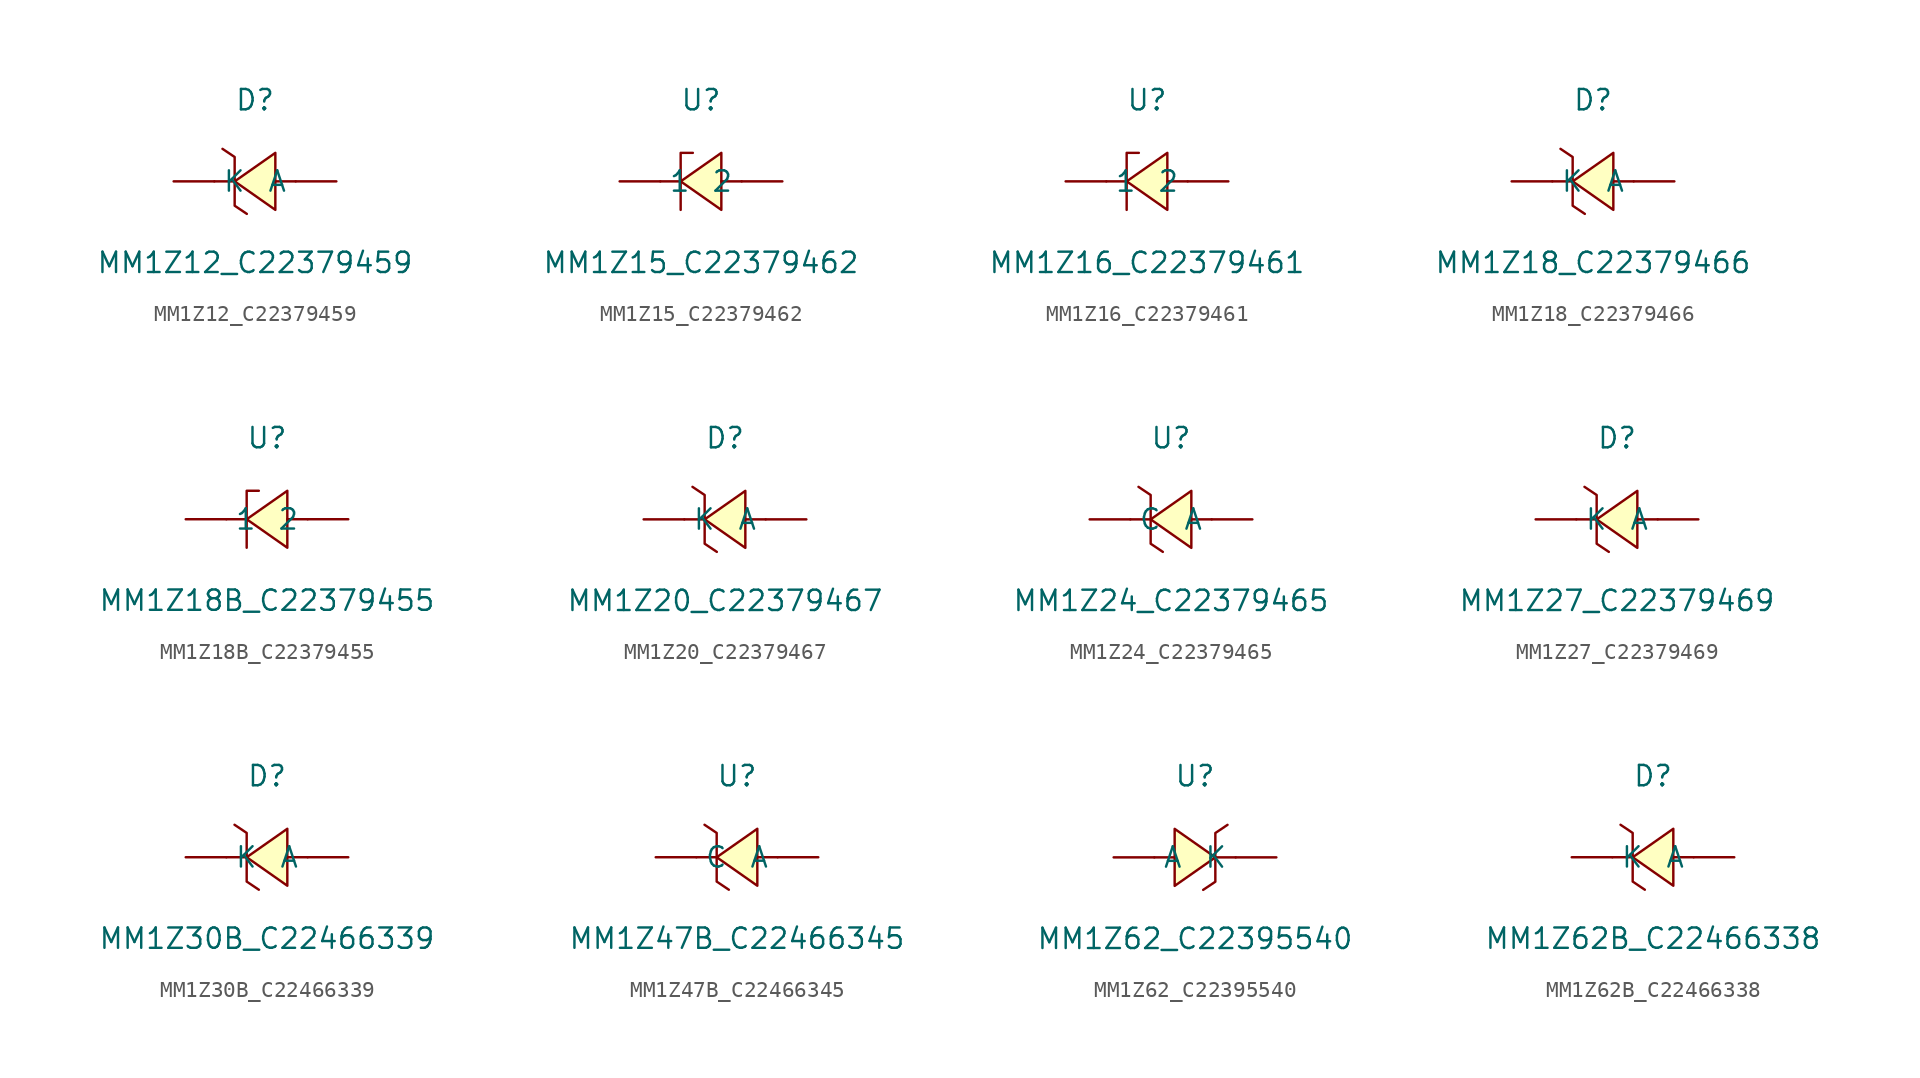
<source format=kicad_sym>
(kicad_symbol_lib
  (version 20241209)
  (generator "kicad_symbol_editor")
  (generator_version "9.0")
  (symbol "MM1Z12_C22379459"
    (pin_numbers
      (hide yes))
    (property "Reference" "D"
      (at 0 5.08 0)
      (effects (font (size 1.27 1.27))))
    (property "Value" "MM1Z12_C22379459"
      (at 0 -5.08 0)
      (effects (font (size 1.27 1.27))))
    (symbol "MM1Z12_C22379459_0_1"
      (polyline (pts (xy -2.03 2.03) (xy -1.27 1.52) (xy -1.27 -1.52) (xy -0.51 -2.03)) (stroke (width 0) (type default)) (fill (type none)))
      (polyline (pts (xy -1.27 0) (xy -2.54 0)) (stroke (width 0) (type default)) (fill (type none)))
      (polyline (pts (xy 1.27 1.78) (xy -1.27 0) (xy 1.27 -1.78) (xy 1.27 1.78)) (stroke (width 0) (type default)) (fill (type background)))
      (polyline (pts (xy 2.54 0) (xy 1.27 0)) (stroke (width 0) (type default)) (fill (type none)))
      (pin unspecified line (at -5.08 0 0) (length 2.54) (name "K" (effects (font (size 1.27 1.27)))) (number "1" (effects (font (size 1.27 1.27)))))
      (pin unspecified line (at 5.08 0 180) (length 2.54) (name "A" (effects (font (size 1.27 1.27)))) (number "2" (effects (font (size 1.27 1.27)))))))
  (symbol "MM1Z15_C22379462"
    (pin_numbers
      (hide yes))
    (property "Reference" "U"
      (at 0 5.08 0)
      (effects (font (size 1.27 1.27))))
    (property "Value" "MM1Z15_C22379462"
      (at 0 -5.08 0)
      (effects (font (size 1.27 1.27))))
    (symbol "MM1Z15_C22379462_0_1"
      (polyline (pts (xy -1.27 0) (xy -2.54 0)) (stroke (width 0) (type default)) (fill (type none)))
      (polyline (pts (xy -0.51 1.78) (xy -1.27 1.78) (xy -1.27 1.78) (xy -1.27 -1.78) (xy -1.27 -1.78) (xy -1.27 -1.78)) (stroke (width 0) (type default)) (fill (type none)))
      (polyline (pts (xy 1.27 1.78) (xy -1.27 0) (xy 1.27 -1.78) (xy 1.27 1.78)) (stroke (width 0) (type default)) (fill (type background)))
      (polyline (pts (xy 2.54 0) (xy 1.27 0)) (stroke (width 0) (type default)) (fill (type none)))
      (pin unspecified line (at -5.08 0 0) (length 2.54) (name "1" (effects (font (size 1.27 1.27)))) (number "1" (effects (font (size 1.27 1.27)))))
      (pin unspecified line (at 5.08 0 180) (length 2.54) (name "2" (effects (font (size 1.27 1.27)))) (number "2" (effects (font (size 1.27 1.27)))))))
  (symbol "MM1Z16_C22379461"
    (pin_numbers
      (hide yes))
    (property "Reference" "U"
      (at 0 5.08 0)
      (effects (font (size 1.27 1.27))))
    (property "Value" "MM1Z16_C22379461"
      (at 0 -5.08 0)
      (effects (font (size 1.27 1.27))))
    (symbol "MM1Z16_C22379461_0_1"
      (polyline (pts (xy -1.27 0) (xy -2.54 0)) (stroke (width 0) (type default)) (fill (type none)))
      (polyline (pts (xy -0.51 1.78) (xy -1.27 1.78) (xy -1.27 1.78) (xy -1.27 -1.78) (xy -1.27 -1.78) (xy -1.27 -1.78)) (stroke (width 0) (type default)) (fill (type none)))
      (polyline (pts (xy 1.27 1.78) (xy -1.27 0) (xy 1.27 -1.78) (xy 1.27 1.78)) (stroke (width 0) (type default)) (fill (type background)))
      (polyline (pts (xy 2.54 0) (xy 1.27 0)) (stroke (width 0) (type default)) (fill (type none)))
      (pin unspecified line (at -5.08 0 0) (length 2.54) (name "1" (effects (font (size 1.27 1.27)))) (number "1" (effects (font (size 1.27 1.27)))))
      (pin unspecified line (at 5.08 0 180) (length 2.54) (name "2" (effects (font (size 1.27 1.27)))) (number "2" (effects (font (size 1.27 1.27)))))))
  (symbol "MM1Z18_C22379466"
    (pin_numbers
      (hide yes))
    (property "Reference" "D"
      (at 0 5.08 0)
      (effects (font (size 1.27 1.27))))
    (property "Value" "MM1Z18_C22379466"
      (at 0 -5.08 0)
      (effects (font (size 1.27 1.27))))
    (symbol "MM1Z18_C22379466_0_1"
      (polyline (pts (xy -2.03 2.03) (xy -1.27 1.52) (xy -1.27 -1.52) (xy -0.51 -2.03)) (stroke (width 0) (type default)) (fill (type none)))
      (polyline (pts (xy -1.27 0) (xy -2.54 0)) (stroke (width 0) (type default)) (fill (type none)))
      (polyline (pts (xy 1.27 1.78) (xy -1.27 0) (xy 1.27 -1.78) (xy 1.27 1.78)) (stroke (width 0) (type default)) (fill (type background)))
      (polyline (pts (xy 2.54 0) (xy 1.27 0)) (stroke (width 0) (type default)) (fill (type none)))
      (pin unspecified line (at -5.08 0 0) (length 2.54) (name "K" (effects (font (size 1.27 1.27)))) (number "1" (effects (font (size 1.27 1.27)))))
      (pin unspecified line (at 5.08 0 180) (length 2.54) (name "A" (effects (font (size 1.27 1.27)))) (number "2" (effects (font (size 1.27 1.27)))))))
  (symbol "MM1Z18B_C22379455"
    (pin_numbers
      (hide yes))
    (property "Reference" "U"
      (at 0 5.08 0)
      (effects (font (size 1.27 1.27))))
    (property "Value" "MM1Z18B_C22379455"
      (at 0 -5.08 0)
      (effects (font (size 1.27 1.27))))
    (symbol "MM1Z18B_C22379455_0_1"
      (polyline (pts (xy -1.27 0) (xy -2.54 0)) (stroke (width 0) (type default)) (fill (type none)))
      (polyline (pts (xy -0.51 1.78) (xy -1.27 1.78) (xy -1.27 1.78) (xy -1.27 -1.78) (xy -1.27 -1.78) (xy -1.27 -1.78)) (stroke (width 0) (type default)) (fill (type none)))
      (polyline (pts (xy 1.27 1.78) (xy -1.27 0) (xy 1.27 -1.78) (xy 1.27 1.78)) (stroke (width 0) (type default)) (fill (type background)))
      (polyline (pts (xy 2.54 0) (xy 1.27 0)) (stroke (width 0) (type default)) (fill (type none)))
      (pin unspecified line (at -5.08 0 0) (length 2.54) (name "1" (effects (font (size 1.27 1.27)))) (number "1" (effects (font (size 1.27 1.27)))))
      (pin unspecified line (at 5.08 0 180) (length 2.54) (name "2" (effects (font (size 1.27 1.27)))) (number "2" (effects (font (size 1.27 1.27)))))))
  (symbol "MM1Z20_C22379467"
    (pin_numbers
      (hide yes))
    (property "Reference" "D"
      (at 0 5.08 0)
      (effects (font (size 1.27 1.27))))
    (property "Value" "MM1Z20_C22379467"
      (at 0 -5.08 0)
      (effects (font (size 1.27 1.27))))
    (symbol "MM1Z20_C22379467_0_1"
      (polyline (pts (xy -2.03 2.03) (xy -1.27 1.52) (xy -1.27 -1.52) (xy -0.51 -2.03)) (stroke (width 0) (type default)) (fill (type none)))
      (polyline (pts (xy -1.27 0) (xy -2.54 0)) (stroke (width 0) (type default)) (fill (type none)))
      (polyline (pts (xy 1.27 1.78) (xy -1.27 0) (xy 1.27 -1.78) (xy 1.27 1.78)) (stroke (width 0) (type default)) (fill (type background)))
      (polyline (pts (xy 2.54 0) (xy 1.27 0)) (stroke (width 0) (type default)) (fill (type none)))
      (pin unspecified line (at -5.08 0 0) (length 2.54) (name "K" (effects (font (size 1.27 1.27)))) (number "1" (effects (font (size 1.27 1.27)))))
      (pin unspecified line (at 5.08 0 180) (length 2.54) (name "A" (effects (font (size 1.27 1.27)))) (number "2" (effects (font (size 1.27 1.27)))))))
  (symbol "MM1Z24_C22379465"
    (pin_numbers
      (hide yes))
    (property "Reference" "U"
      (at 0 5.08 0)
      (effects (font (size 1.27 1.27))))
    (property "Value" "MM1Z24_C22379465"
      (at 0 -5.08 0)
      (effects (font (size 1.27 1.27))))
    (symbol "MM1Z24_C22379465_0_1"
      (polyline (pts (xy -2.03 2.03) (xy -1.27 1.52) (xy -1.27 -1.52) (xy -0.51 -2.03)) (stroke (width 0) (type default)) (fill (type none)))
      (polyline (pts (xy -1.27 0) (xy -2.54 0)) (stroke (width 0) (type default)) (fill (type none)))
      (polyline (pts (xy 1.27 1.78) (xy -1.27 0) (xy 1.27 -1.78) (xy 1.27 1.78)) (stroke (width 0) (type default)) (fill (type background)))
      (polyline (pts (xy 2.54 0) (xy 1.27 0)) (stroke (width 0) (type default)) (fill (type none)))
      (pin unspecified line (at -5.08 0 0) (length 2.54) (name "C" (effects (font (size 1.27 1.27)))) (number "1" (effects (font (size 1.27 1.27)))))
      (pin unspecified line (at 5.08 0 180) (length 2.54) (name "A" (effects (font (size 1.27 1.27)))) (number "2" (effects (font (size 1.27 1.27)))))))
  (symbol "MM1Z27_C22379469"
    (pin_numbers
      (hide yes))
    (property "Reference" "D"
      (at 0 5.08 0)
      (effects (font (size 1.27 1.27))))
    (property "Value" "MM1Z27_C22379469"
      (at 0 -5.08 0)
      (effects (font (size 1.27 1.27))))
    (symbol "MM1Z27_C22379469_0_1"
      (polyline (pts (xy -2.03 2.03) (xy -1.27 1.52) (xy -1.27 -1.52) (xy -0.51 -2.03)) (stroke (width 0) (type default)) (fill (type none)))
      (polyline (pts (xy -1.27 0) (xy -2.54 0)) (stroke (width 0) (type default)) (fill (type none)))
      (polyline (pts (xy 1.27 1.78) (xy -1.27 0) (xy 1.27 -1.78) (xy 1.27 1.78)) (stroke (width 0) (type default)) (fill (type background)))
      (polyline (pts (xy 2.54 0) (xy 1.27 0)) (stroke (width 0) (type default)) (fill (type none)))
      (pin unspecified line (at -5.08 0 0) (length 2.54) (name "K" (effects (font (size 1.27 1.27)))) (number "1" (effects (font (size 1.27 1.27)))))
      (pin unspecified line (at 5.08 0 180) (length 2.54) (name "A" (effects (font (size 1.27 1.27)))) (number "2" (effects (font (size 1.27 1.27)))))))
  (symbol "MM1Z30B_C22466339"
    (pin_numbers
      (hide yes))
    (property "Reference" "D"
      (at 0 5.08 0)
      (effects (font (size 1.27 1.27))))
    (property "Value" "MM1Z30B_C22466339"
      (at 0 -5.08 0)
      (effects (font (size 1.27 1.27))))
    (symbol "MM1Z30B_C22466339_0_1"
      (polyline (pts (xy -2.03 2.03) (xy -1.27 1.52) (xy -1.27 -1.52) (xy -0.51 -2.03)) (stroke (width 0) (type default)) (fill (type none)))
      (polyline (pts (xy -1.27 0) (xy -2.54 0)) (stroke (width 0) (type default)) (fill (type none)))
      (polyline (pts (xy 1.27 1.78) (xy -1.27 0) (xy 1.27 -1.78) (xy 1.27 1.78)) (stroke (width 0) (type default)) (fill (type background)))
      (polyline (pts (xy 2.54 0) (xy 1.27 0)) (stroke (width 0) (type default)) (fill (type none)))
      (pin unspecified line (at -5.08 0 0) (length 2.54) (name "K" (effects (font (size 1.27 1.27)))) (number "1" (effects (font (size 1.27 1.27)))))
      (pin unspecified line (at 5.08 0 180) (length 2.54) (name "A" (effects (font (size 1.27 1.27)))) (number "2" (effects (font (size 1.27 1.27)))))))
  (symbol "MM1Z47B_C22466345"
    (pin_numbers
      (hide yes))
    (property "Reference" "U"
      (at 0 5.08 0)
      (effects (font (size 1.27 1.27))))
    (property "Value" "MM1Z47B_C22466345"
      (at 0 -5.08 0)
      (effects (font (size 1.27 1.27))))
    (symbol "MM1Z47B_C22466345_0_1"
      (polyline (pts (xy -2.03 2.03) (xy -1.27 1.52) (xy -1.27 -1.52) (xy -0.51 -2.03)) (stroke (width 0) (type default)) (fill (type none)))
      (polyline (pts (xy -1.27 0) (xy -2.54 0)) (stroke (width 0) (type default)) (fill (type none)))
      (polyline (pts (xy 1.27 1.78) (xy -1.27 0) (xy 1.27 -1.78) (xy 1.27 1.78)) (stroke (width 0) (type default)) (fill (type background)))
      (polyline (pts (xy 2.54 0) (xy 1.27 0)) (stroke (width 0) (type default)) (fill (type none)))
      (pin unspecified line (at -5.08 0 0) (length 2.54) (name "C" (effects (font (size 1.27 1.27)))) (number "1" (effects (font (size 1.27 1.27)))))
      (pin unspecified line (at 5.08 0 180) (length 2.54) (name "A" (effects (font (size 1.27 1.27)))) (number "2" (effects (font (size 1.27 1.27)))))))
  (symbol "MM1Z62_C22395540"
    (pin_numbers
      (hide yes))
    (property "Reference" "U"
      (at 0 5.08 0)
      (effects (font (size 1.27 1.27))))
    (property "Value" "MM1Z62_C22395540"
      (at 0 -5.08 0)
      (effects (font (size 1.27 1.27))))
    (symbol "MM1Z62_C22395540_0_1"
      (polyline (pts (xy -2.54 0) (xy -1.27 0)) (stroke (width 0) (type default)) (fill (type none)))
      (polyline (pts (xy -1.27 1.78) (xy 1.27 0) (xy -1.27 -1.78) (xy -1.27 1.78)) (stroke (width 0) (type default)) (fill (type background)))
      (polyline (pts (xy 1.27 0) (xy 2.54 0)) (stroke (width 0) (type default)) (fill (type none)))
      (polyline (pts (xy 2.03 2.03) (xy 1.27 1.52) (xy 1.27 -1.52) (xy 0.51 -2.03)) (stroke (width 0) (type default)) (fill (type none)))
      (pin unspecified line (at -5.08 0 0) (length 2.54) (name "A" (effects (font (size 1.27 1.27)))) (number "1" (effects (font (size 1.27 1.27)))))
      (pin unspecified line (at 5.08 0 180) (length 2.54) (name "K" (effects (font (size 1.27 1.27)))) (number "2" (effects (font (size 1.27 1.27)))))))
  (symbol "MM1Z62B_C22466338"
    (pin_numbers
      (hide yes))
    (property "Reference" "D"
      (at 0 5.08 0)
      (effects (font (size 1.27 1.27))))
    (property "Value" "MM1Z62B_C22466338"
      (at 0 -5.08 0)
      (effects (font (size 1.27 1.27))))
    (symbol "MM1Z62B_C22466338_0_1"
      (polyline (pts (xy -2.03 2.03) (xy -1.27 1.52) (xy -1.27 -1.52) (xy -0.51 -2.03)) (stroke (width 0) (type default)) (fill (type none)))
      (polyline (pts (xy -1.27 0) (xy -2.54 0)) (stroke (width 0) (type default)) (fill (type none)))
      (polyline (pts (xy 1.27 1.78) (xy -1.27 0) (xy 1.27 -1.78) (xy 1.27 1.78)) (stroke (width 0) (type default)) (fill (type background)))
      (polyline (pts (xy 2.54 0) (xy 1.27 0)) (stroke (width 0) (type default)) (fill (type none)))
      (pin unspecified line (at -5.08 0 0) (length 2.54) (name "K" (effects (font (size 1.27 1.27)))) (number "1" (effects (font (size 1.27 1.27)))))
      (pin unspecified line (at 5.08 0 180) (length 2.54) (name "A" (effects (font (size 1.27 1.27)))) (number "2" (effects (font (size 1.27 1.27))))))))
</source>
